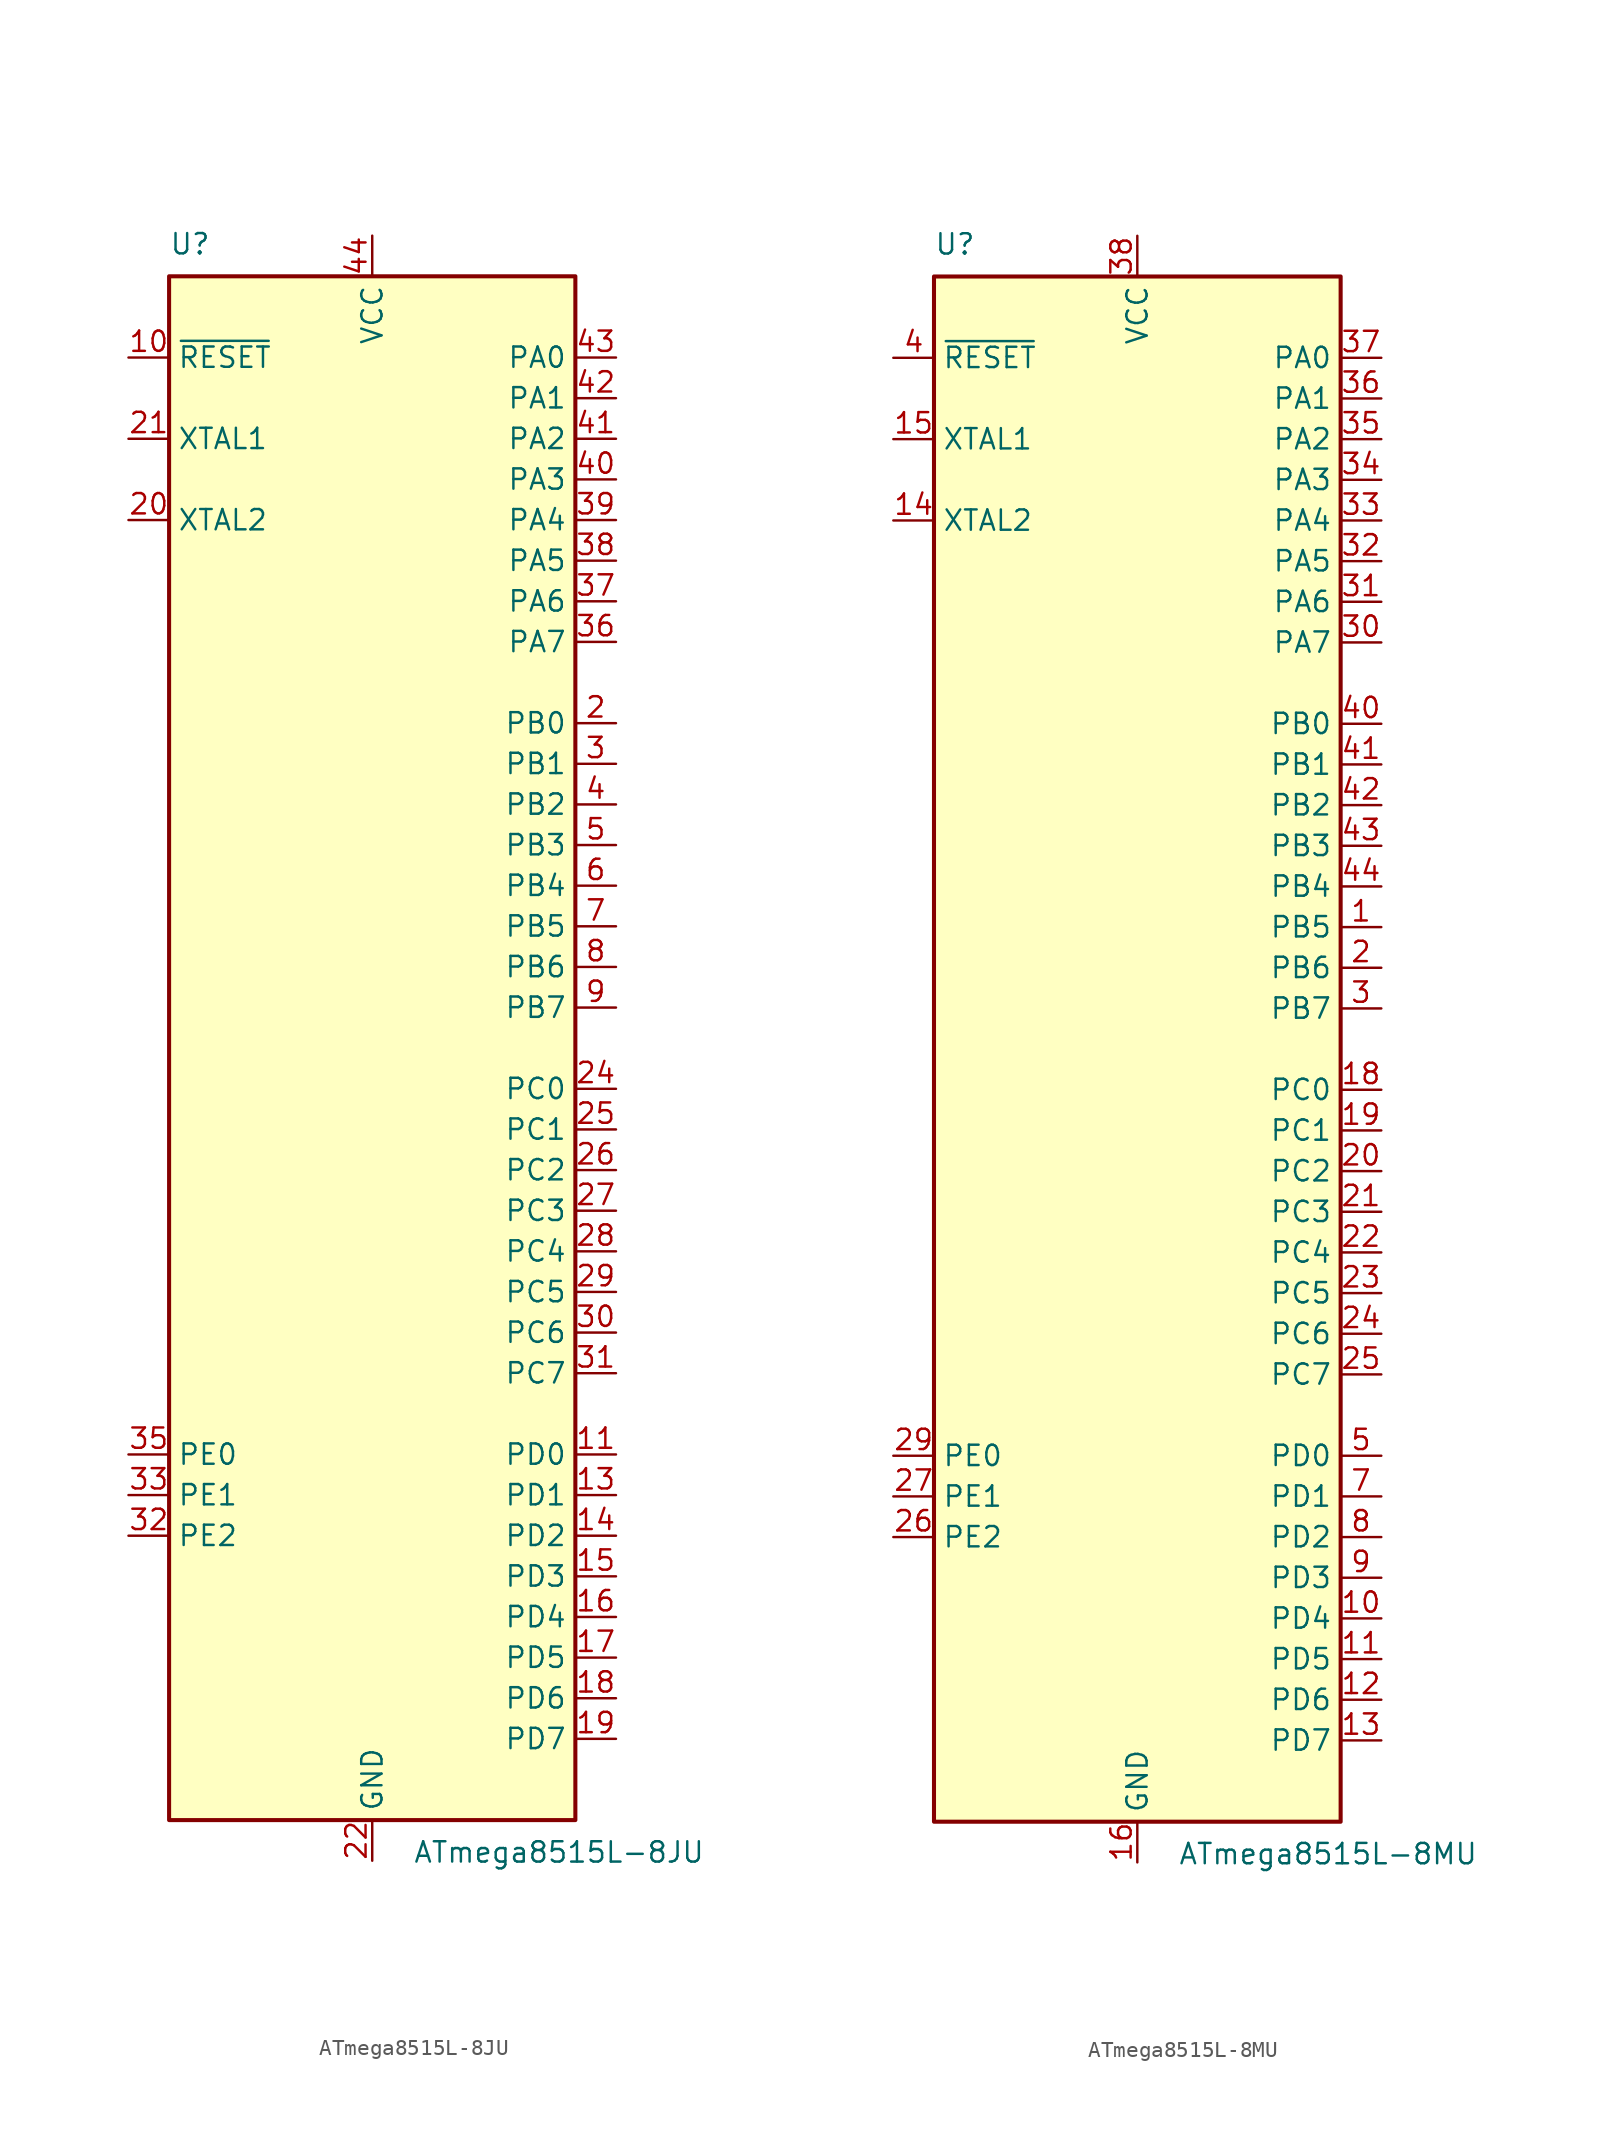
<source format=kicad_sym>
(kicad_symbol_lib
  (version 20201005)
  (generator kicad_symbol_editor)
  (symbol "ATmega8515L-8JU"
    (property "Reference" "U"
      (at -12.7 49.53 0)
      (effects (font (size 1.27 1.27)) (justify left bottom)))
    (property "Value" "ATmega8515L-8JU"
      (at 2.54 -49.53 0)
      (effects (font (size 1.27 1.27)) (justify left top)))
    (symbol "ATmega8515L-8JU_0_1"
      (rectangle (start -12.7 -48.26) (end 12.7 48.26) (stroke (width 0.254)) (fill (type background))))
    (symbol "ATmega8515L-8JU_1_1"
      (pin no_connect line (at -12.7 -38.1 0) (length 2.54) hide (name "NC" (effects (font (size 1.27 1.27)))) (number "1" (effects (font (size 1.27 1.27)))))
      (pin input line (at -15.24 43.18 0) (length 2.54) (name "~RESET" (effects (font (size 1.27 1.27)))) (number "10" (effects (font (size 1.27 1.27)))))
      (pin tri_state line (at 15.24 -25.4 180) (length 2.54) (name "PD0" (effects (font (size 1.27 1.27)))) (number "11" (effects (font (size 1.27 1.27)))))
      (pin no_connect line (at -12.7 -40.64 0) (length 2.54) hide (name "NC" (effects (font (size 1.27 1.27)))) (number "12" (effects (font (size 1.27 1.27)))))
      (pin tri_state line (at 15.24 -27.94 180) (length 2.54) (name "PD1" (effects (font (size 1.27 1.27)))) (number "13" (effects (font (size 1.27 1.27)))))
      (pin tri_state line (at 15.24 -30.48 180) (length 2.54) (name "PD2" (effects (font (size 1.27 1.27)))) (number "14" (effects (font (size 1.27 1.27)))))
      (pin tri_state line (at 15.24 -33.02 180) (length 2.54) (name "PD3" (effects (font (size 1.27 1.27)))) (number "15" (effects (font (size 1.27 1.27)))))
      (pin tri_state line (at 15.24 -35.56 180) (length 2.54) (name "PD4" (effects (font (size 1.27 1.27)))) (number "16" (effects (font (size 1.27 1.27)))))
      (pin tri_state line (at 15.24 -38.1 180) (length 2.54) (name "PD5" (effects (font (size 1.27 1.27)))) (number "17" (effects (font (size 1.27 1.27)))))
      (pin tri_state line (at 15.24 -40.64 180) (length 2.54) (name "PD6" (effects (font (size 1.27 1.27)))) (number "18" (effects (font (size 1.27 1.27)))))
      (pin tri_state line (at 15.24 -43.18 180) (length 2.54) (name "PD7" (effects (font (size 1.27 1.27)))) (number "19" (effects (font (size 1.27 1.27)))))
      (pin tri_state line (at 15.24 20.32 180) (length 2.54) (name "PB0" (effects (font (size 1.27 1.27)))) (number "2" (effects (font (size 1.27 1.27)))))
      (pin output line (at -15.24 33.02 0) (length 2.54) (name "XTAL2" (effects (font (size 1.27 1.27)))) (number "20" (effects (font (size 1.27 1.27)))))
      (pin input line (at -15.24 38.1 0) (length 2.54) (name "XTAL1" (effects (font (size 1.27 1.27)))) (number "21" (effects (font (size 1.27 1.27)))))
      (pin power_in line (at 0 -50.8 90) (length 2.54) (name "GND" (effects (font (size 1.27 1.27)))) (number "22" (effects (font (size 1.27 1.27)))))
      (pin no_connect line (at -12.7 -43.18 0) (length 2.54) hide (name "NC" (effects (font (size 1.27 1.27)))) (number "23" (effects (font (size 1.27 1.27)))))
      (pin tri_state line (at 15.24 -2.54 180) (length 2.54) (name "PC0" (effects (font (size 1.27 1.27)))) (number "24" (effects (font (size 1.27 1.27)))))
      (pin tri_state line (at 15.24 -5.08 180) (length 2.54) (name "PC1" (effects (font (size 1.27 1.27)))) (number "25" (effects (font (size 1.27 1.27)))))
      (pin tri_state line (at 15.24 -7.62 180) (length 2.54) (name "PC2" (effects (font (size 1.27 1.27)))) (number "26" (effects (font (size 1.27 1.27)))))
      (pin tri_state line (at 15.24 -10.16 180) (length 2.54) (name "PC3" (effects (font (size 1.27 1.27)))) (number "27" (effects (font (size 1.27 1.27)))))
      (pin tri_state line (at 15.24 -12.7 180) (length 2.54) (name "PC4" (effects (font (size 1.27 1.27)))) (number "28" (effects (font (size 1.27 1.27)))))
      (pin tri_state line (at 15.24 -15.24 180) (length 2.54) (name "PC5" (effects (font (size 1.27 1.27)))) (number "29" (effects (font (size 1.27 1.27)))))
      (pin tri_state line (at 15.24 17.78 180) (length 2.54) (name "PB1" (effects (font (size 1.27 1.27)))) (number "3" (effects (font (size 1.27 1.27)))))
      (pin tri_state line (at 15.24 -17.78 180) (length 2.54) (name "PC6" (effects (font (size 1.27 1.27)))) (number "30" (effects (font (size 1.27 1.27)))))
      (pin tri_state line (at 15.24 -20.32 180) (length 2.54) (name "PC7" (effects (font (size 1.27 1.27)))) (number "31" (effects (font (size 1.27 1.27)))))
      (pin tri_state line (at -15.24 -30.48 0) (length 2.54) (name "PE2" (effects (font (size 1.27 1.27)))) (number "32" (effects (font (size 1.27 1.27)))))
      (pin tri_state line (at -15.24 -27.94 0) (length 2.54) (name "PE1" (effects (font (size 1.27 1.27)))) (number "33" (effects (font (size 1.27 1.27)))))
      (pin no_connect line (at -12.7 -45.72 0) (length 2.54) hide (name "NC" (effects (font (size 1.27 1.27)))) (number "34" (effects (font (size 1.27 1.27)))))
      (pin tri_state line (at -15.24 -25.4 0) (length 2.54) (name "PE0" (effects (font (size 1.27 1.27)))) (number "35" (effects (font (size 1.27 1.27)))))
      (pin tri_state line (at 15.24 25.4 180) (length 2.54) (name "PA7" (effects (font (size 1.27 1.27)))) (number "36" (effects (font (size 1.27 1.27)))))
      (pin tri_state line (at 15.24 27.94 180) (length 2.54) (name "PA6" (effects (font (size 1.27 1.27)))) (number "37" (effects (font (size 1.27 1.27)))))
      (pin tri_state line (at 15.24 30.48 180) (length 2.54) (name "PA5" (effects (font (size 1.27 1.27)))) (number "38" (effects (font (size 1.27 1.27)))))
      (pin tri_state line (at 15.24 33.02 180) (length 2.54) (name "PA4" (effects (font (size 1.27 1.27)))) (number "39" (effects (font (size 1.27 1.27)))))
      (pin tri_state line (at 15.24 15.24 180) (length 2.54) (name "PB2" (effects (font (size 1.27 1.27)))) (number "4" (effects (font (size 1.27 1.27)))))
      (pin tri_state line (at 15.24 35.56 180) (length 2.54) (name "PA3" (effects (font (size 1.27 1.27)))) (number "40" (effects (font (size 1.27 1.27)))))
      (pin tri_state line (at 15.24 38.1 180) (length 2.54) (name "PA2" (effects (font (size 1.27 1.27)))) (number "41" (effects (font (size 1.27 1.27)))))
      (pin tri_state line (at 15.24 40.64 180) (length 2.54) (name "PA1" (effects (font (size 1.27 1.27)))) (number "42" (effects (font (size 1.27 1.27)))))
      (pin tri_state line (at 15.24 43.18 180) (length 2.54) (name "PA0" (effects (font (size 1.27 1.27)))) (number "43" (effects (font (size 1.27 1.27)))))
      (pin power_in line (at 0 50.8 270) (length 2.54) (name "VCC" (effects (font (size 1.27 1.27)))) (number "44" (effects (font (size 1.27 1.27)))))
      (pin tri_state line (at 15.24 12.7 180) (length 2.54) (name "PB3" (effects (font (size 1.27 1.27)))) (number "5" (effects (font (size 1.27 1.27)))))
      (pin tri_state line (at 15.24 10.16 180) (length 2.54) (name "PB4" (effects (font (size 1.27 1.27)))) (number "6" (effects (font (size 1.27 1.27)))))
      (pin tri_state line (at 15.24 7.62 180) (length 2.54) (name "PB5" (effects (font (size 1.27 1.27)))) (number "7" (effects (font (size 1.27 1.27)))))
      (pin tri_state line (at 15.24 5.08 180) (length 2.54) (name "PB6" (effects (font (size 1.27 1.27)))) (number "8" (effects (font (size 1.27 1.27)))))
      (pin tri_state line (at 15.24 2.54 180) (length 2.54) (name "PB7" (effects (font (size 1.27 1.27)))) (number "9" (effects (font (size 1.27 1.27)))))))
  (symbol "ATmega8515L-8MU"
    (property "Reference" "U"
      (at -12.7 49.53 0)
      (effects (font (size 1.27 1.27)) (justify left bottom)))
    (property "Value" "ATmega8515L-8MU"
      (at 2.54 -49.53 0)
      (effects (font (size 1.27 1.27)) (justify left top)))
    (symbol "ATmega8515L-8MU_0_1"
      (rectangle (start -12.7 -48.26) (end 12.7 48.26) (stroke (width 0.254)) (fill (type background))))
    (symbol "ATmega8515L-8MU_1_1"
      (pin tri_state line (at 15.24 7.62 180) (length 2.54) (name "PB5" (effects (font (size 1.27 1.27)))) (number "1" (effects (font (size 1.27 1.27)))))
      (pin tri_state line (at 15.24 -35.56 180) (length 2.54) (name "PD4" (effects (font (size 1.27 1.27)))) (number "10" (effects (font (size 1.27 1.27)))))
      (pin tri_state line (at 15.24 -38.1 180) (length 2.54) (name "PD5" (effects (font (size 1.27 1.27)))) (number "11" (effects (font (size 1.27 1.27)))))
      (pin tri_state line (at 15.24 -40.64 180) (length 2.54) (name "PD6" (effects (font (size 1.27 1.27)))) (number "12" (effects (font (size 1.27 1.27)))))
      (pin tri_state line (at 15.24 -43.18 180) (length 2.54) (name "PD7" (effects (font (size 1.27 1.27)))) (number "13" (effects (font (size 1.27 1.27)))))
      (pin output line (at -15.24 33.02 0) (length 2.54) (name "XTAL2" (effects (font (size 1.27 1.27)))) (number "14" (effects (font (size 1.27 1.27)))))
      (pin input line (at -15.24 38.1 0) (length 2.54) (name "XTAL1" (effects (font (size 1.27 1.27)))) (number "15" (effects (font (size 1.27 1.27)))))
      (pin power_in line (at 0 -50.8 90) (length 2.54) (name "GND" (effects (font (size 1.27 1.27)))) (number "16" (effects (font (size 1.27 1.27)))))
      (pin no_connect line (at -12.7 -40.64 0) (length 2.54) hide (name "NC" (effects (font (size 1.27 1.27)))) (number "17" (effects (font (size 1.27 1.27)))))
      (pin tri_state line (at 15.24 -2.54 180) (length 2.54) (name "PC0" (effects (font (size 1.27 1.27)))) (number "18" (effects (font (size 1.27 1.27)))))
      (pin tri_state line (at 15.24 -5.08 180) (length 2.54) (name "PC1" (effects (font (size 1.27 1.27)))) (number "19" (effects (font (size 1.27 1.27)))))
      (pin tri_state line (at 15.24 5.08 180) (length 2.54) (name "PB6" (effects (font (size 1.27 1.27)))) (number "2" (effects (font (size 1.27 1.27)))))
      (pin tri_state line (at 15.24 -7.62 180) (length 2.54) (name "PC2" (effects (font (size 1.27 1.27)))) (number "20" (effects (font (size 1.27 1.27)))))
      (pin tri_state line (at 15.24 -10.16 180) (length 2.54) (name "PC3" (effects (font (size 1.27 1.27)))) (number "21" (effects (font (size 1.27 1.27)))))
      (pin tri_state line (at 15.24 -12.7 180) (length 2.54) (name "PC4" (effects (font (size 1.27 1.27)))) (number "22" (effects (font (size 1.27 1.27)))))
      (pin tri_state line (at 15.24 -15.24 180) (length 2.54) (name "PC5" (effects (font (size 1.27 1.27)))) (number "23" (effects (font (size 1.27 1.27)))))
      (pin tri_state line (at 15.24 -17.78 180) (length 2.54) (name "PC6" (effects (font (size 1.27 1.27)))) (number "24" (effects (font (size 1.27 1.27)))))
      (pin tri_state line (at 15.24 -20.32 180) (length 2.54) (name "PC7" (effects (font (size 1.27 1.27)))) (number "25" (effects (font (size 1.27 1.27)))))
      (pin tri_state line (at -15.24 -30.48 0) (length 2.54) (name "PE2" (effects (font (size 1.27 1.27)))) (number "26" (effects (font (size 1.27 1.27)))))
      (pin tri_state line (at -15.24 -27.94 0) (length 2.54) (name "PE1" (effects (font (size 1.27 1.27)))) (number "27" (effects (font (size 1.27 1.27)))))
      (pin no_connect line (at -12.7 -43.18 0) (length 2.54) hide (name "NC" (effects (font (size 1.27 1.27)))) (number "28" (effects (font (size 1.27 1.27)))))
      (pin tri_state line (at -15.24 -25.4 0) (length 2.54) (name "PE0" (effects (font (size 1.27 1.27)))) (number "29" (effects (font (size 1.27 1.27)))))
      (pin tri_state line (at 15.24 2.54 180) (length 2.54) (name "PB7" (effects (font (size 1.27 1.27)))) (number "3" (effects (font (size 1.27 1.27)))))
      (pin tri_state line (at 15.24 25.4 180) (length 2.54) (name "PA7" (effects (font (size 1.27 1.27)))) (number "30" (effects (font (size 1.27 1.27)))))
      (pin tri_state line (at 15.24 27.94 180) (length 2.54) (name "PA6" (effects (font (size 1.27 1.27)))) (number "31" (effects (font (size 1.27 1.27)))))
      (pin tri_state line (at 15.24 30.48 180) (length 2.54) (name "PA5" (effects (font (size 1.27 1.27)))) (number "32" (effects (font (size 1.27 1.27)))))
      (pin tri_state line (at 15.24 33.02 180) (length 2.54) (name "PA4" (effects (font (size 1.27 1.27)))) (number "33" (effects (font (size 1.27 1.27)))))
      (pin tri_state line (at 15.24 35.56 180) (length 2.54) (name "PA3" (effects (font (size 1.27 1.27)))) (number "34" (effects (font (size 1.27 1.27)))))
      (pin tri_state line (at 15.24 38.1 180) (length 2.54) (name "PA2" (effects (font (size 1.27 1.27)))) (number "35" (effects (font (size 1.27 1.27)))))
      (pin tri_state line (at 15.24 40.64 180) (length 2.54) (name "PA1" (effects (font (size 1.27 1.27)))) (number "36" (effects (font (size 1.27 1.27)))))
      (pin tri_state line (at 15.24 43.18 180) (length 2.54) (name "PA0" (effects (font (size 1.27 1.27)))) (number "37" (effects (font (size 1.27 1.27)))))
      (pin power_in line (at 0 50.8 270) (length 2.54) (name "VCC" (effects (font (size 1.27 1.27)))) (number "38" (effects (font (size 1.27 1.27)))))
      (pin no_connect line (at -12.7 -45.72 0) (length 2.54) hide (name "NC" (effects (font (size 1.27 1.27)))) (number "39" (effects (font (size 1.27 1.27)))))
      (pin input line (at -15.24 43.18 0) (length 2.54) (name "~RESET" (effects (font (size 1.27 1.27)))) (number "4" (effects (font (size 1.27 1.27)))))
      (pin tri_state line (at 15.24 20.32 180) (length 2.54) (name "PB0" (effects (font (size 1.27 1.27)))) (number "40" (effects (font (size 1.27 1.27)))))
      (pin tri_state line (at 15.24 17.78 180) (length 2.54) (name "PB1" (effects (font (size 1.27 1.27)))) (number "41" (effects (font (size 1.27 1.27)))))
      (pin tri_state line (at 15.24 15.24 180) (length 2.54) (name "PB2" (effects (font (size 1.27 1.27)))) (number "42" (effects (font (size 1.27 1.27)))))
      (pin tri_state line (at 15.24 12.7 180) (length 2.54) (name "PB3" (effects (font (size 1.27 1.27)))) (number "43" (effects (font (size 1.27 1.27)))))
      (pin tri_state line (at 15.24 10.16 180) (length 2.54) (name "PB4" (effects (font (size 1.27 1.27)))) (number "44" (effects (font (size 1.27 1.27)))))
      (pin passive line (at 0 -50.8 90) (length 2.54) hide (name "GND" (effects (font (size 1.27 1.27)))) (number "45" (effects (font (size 1.27 1.27)))))
      (pin tri_state line (at 15.24 -25.4 180) (length 2.54) (name "PD0" (effects (font (size 1.27 1.27)))) (number "5" (effects (font (size 1.27 1.27)))))
      (pin no_connect line (at -12.7 -38.1 0) (length 2.54) hide (name "NC" (effects (font (size 1.27 1.27)))) (number "6" (effects (font (size 1.27 1.27)))))
      (pin tri_state line (at 15.24 -27.94 180) (length 2.54) (name "PD1" (effects (font (size 1.27 1.27)))) (number "7" (effects (font (size 1.27 1.27)))))
      (pin tri_state line (at 15.24 -30.48 180) (length 2.54) (name "PD2" (effects (font (size 1.27 1.27)))) (number "8" (effects (font (size 1.27 1.27)))))
      (pin tri_state line (at 15.24 -33.02 180) (length 2.54) (name "PD3" (effects (font (size 1.27 1.27)))) (number "9" (effects (font (size 1.27 1.27))))))))
</source>
